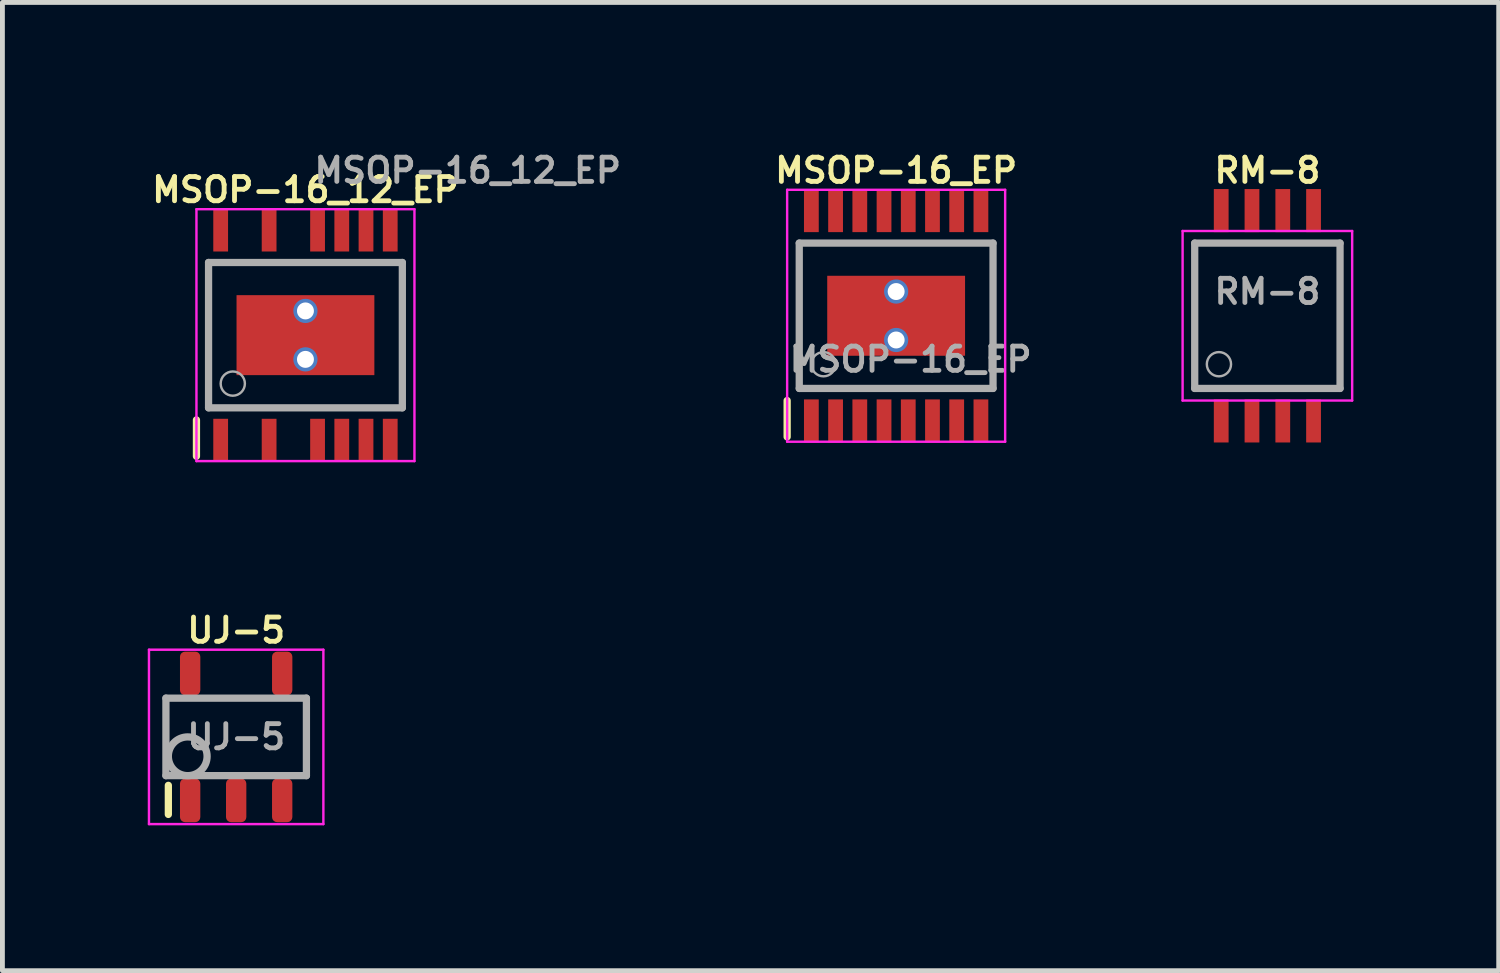
<source format=kicad_pcb>
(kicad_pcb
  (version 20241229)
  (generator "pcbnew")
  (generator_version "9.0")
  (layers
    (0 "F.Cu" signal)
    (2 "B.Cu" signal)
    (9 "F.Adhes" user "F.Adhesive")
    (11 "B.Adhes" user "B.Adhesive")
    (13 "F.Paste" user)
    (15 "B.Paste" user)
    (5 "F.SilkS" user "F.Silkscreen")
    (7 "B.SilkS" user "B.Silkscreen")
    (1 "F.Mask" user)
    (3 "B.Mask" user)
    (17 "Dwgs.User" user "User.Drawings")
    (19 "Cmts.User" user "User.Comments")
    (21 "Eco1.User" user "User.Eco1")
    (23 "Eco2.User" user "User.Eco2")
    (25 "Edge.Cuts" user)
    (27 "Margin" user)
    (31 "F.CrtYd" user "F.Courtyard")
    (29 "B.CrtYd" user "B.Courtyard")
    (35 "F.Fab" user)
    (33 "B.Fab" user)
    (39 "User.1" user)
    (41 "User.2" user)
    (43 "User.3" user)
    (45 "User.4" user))
  (footprint "MSOP-16_EP"
    (layer "F.Cu")
    (at 15.448 3.468)
    (property "Reference" "MSOP-16_EP" (at 0 -3 0) (layer "F.SilkS") (effects (font (size 0.5 0.5) (thickness 0.1))))
    (attr smd)
    (fp_line (start -2.25 1.75) (end -2.25 2.5) (stroke (width 0.15) (type solid)) (layer "F.SilkS"))
    (fp_line (start -2.25 -2.6) (end 2.25 -2.6) (stroke (width 0.05) (type solid)) (layer "F.CrtYd"))
    (fp_line (start -2.25 2.6) (end -2.25 -2.6) (stroke (width 0.05) (type solid)) (layer "F.CrtYd"))
    (fp_line (start -2.25 2.6) (end 2.25 2.6) (stroke (width 0.05) (type solid)) (layer "F.CrtYd"))
    (fp_line (start 2.25 2.6) (end 2.25 -2.6) (stroke (width 0.05) (type solid)) (layer "F.CrtYd"))
    (fp_line (start -2 -1.5) (end -2 1.5) (stroke (width 0.15) (type solid)) (layer "F.Fab"))
    (fp_line (start -2 1.5) (end 2 1.5) (stroke (width 0.15) (type solid)) (layer "F.Fab"))
    (fp_line (start 2 -1.5) (end -2 -1.5) (stroke (width 0.15) (type solid)) (layer "F.Fab"))
    (fp_line (start 2 1.5) (end 2 -1.5) (stroke (width 0.15) (type solid)) (layer "F.Fab"))
    (fp_circle (center -1.5 1) (end -1.75 1) (stroke (width 0.05) (type solid)) (fill no) (layer "F.Fab"))
    (fp_text user "${REFERENCE}" (at 0.3 0.9 0) (layer "F.Fab") (effects (font (size 0.5 0.5) (thickness 0.1))))
    (pad "" smd rect (at -0.75 0) (size 1 1) (layers "F.Paste"))
    (pad "" smd rect (at 0.75 0) (size 1 1) (layers "F.Paste"))
    (pad "1" smd rect (at -1.75 2.171) (size 0.305 0.889) (layers "F.Cu" "F.Mask" "F.Paste"))
    (pad "2" smd rect (at -1.25 2.171) (size 0.305 0.889) (layers "F.Cu" "F.Mask" "F.Paste"))
    (pad "3" smd rect (at -0.75 2.171) (size 0.305 0.889) (layers "F.Cu" "F.Mask" "F.Paste"))
    (pad "4" smd rect (at -0.25 2.171) (size 0.305 0.889) (layers "F.Cu" "F.Mask" "F.Paste"))
    (pad "5" smd rect (at 0.25 2.171) (size 0.305 0.889) (layers "F.Cu" "F.Mask" "F.Paste"))
    (pad "6" smd rect (at 0.75 2.171) (size 0.305 0.889) (layers "F.Cu" "F.Mask" "F.Paste"))
    (pad "7" smd rect (at 1.25 2.171) (size 0.305 0.889) (layers "F.Cu" "F.Mask" "F.Paste"))
    (pad "8" smd rect (at 1.75 2.171) (size 0.305 0.889) (layers "F.Cu" "F.Mask" "F.Paste"))
    (pad "9" smd rect (at 1.75 -2.171) (size 0.305 0.889) (layers "F.Cu" "F.Mask" "F.Paste"))
    (pad "10" smd rect (at 1.25 -2.171) (size 0.305 0.889) (layers "F.Cu" "F.Mask" "F.Paste"))
    (pad "11" smd rect (at 0.75 -2.171) (size 0.305 0.889) (layers "F.Cu" "F.Mask" "F.Paste"))
    (pad "12" smd rect (at 0.25 -2.171) (size 0.305 0.889) (layers "F.Cu" "F.Mask" "F.Paste"))
    (pad "13" smd rect (at -0.25 -2.171) (size 0.305 0.889) (layers "F.Cu" "F.Mask" "F.Paste"))
    (pad "14" smd rect (at -0.75 -2.171) (size 0.305 0.889) (layers "F.Cu" "F.Mask" "F.Paste"))
    (pad "15" smd rect (at -1.25 -2.171) (size 0.305 0.889) (layers "F.Cu" "F.Mask" "F.Paste"))
    (pad "16" smd rect (at -1.75 -2.171) (size 0.305 0.889) (layers "F.Cu" "F.Mask" "F.Paste"))
    (pad "17" thru_hole circle (at 0 -0.5) (size 0.5 0.5) (drill 0.35) (layers "*.Cu"))
    (pad "17" smd rect (at 0 0) (size 2.845 1.651) (layers "F.Cu" "F.Mask"))
    (pad "17" thru_hole circle (at 0 0.5) (size 0.5 0.5) (drill 0.35) (layers "*.Cu")))
  (footprint "UJ-5"
    (layer "F.Cu")
    (at 1.825 12.161)
    (property "Reference" "UJ-5" (at 0 -2.2 0) (layer "F.SilkS") (effects (font (size 0.5 0.5) (thickness 0.1))))
    (attr smd)
    (fp_line (start -1.4 1) (end -1.4 1.6) (stroke (width 0.15) (type solid)) (layer "F.SilkS"))
    (fp_line (start -1.8 -1.8) (end 1.8 -1.8) (stroke (width 0.05) (type solid)) (layer "F.CrtYd"))
    (fp_line (start -1.8 1.8) (end -1.8 -1.8) (stroke (width 0.05) (type solid)) (layer "F.CrtYd"))
    (fp_line (start -1.8 1.8) (end 1.8 1.8) (stroke (width 0.05) (type solid)) (layer "F.CrtYd"))
    (fp_line (start 1.8 1.8) (end 1.8 -1.8) (stroke (width 0.05) (type solid)) (layer "F.CrtYd"))
    (fp_line (start -1.45 -0.8) (end -1.45 0.8) (stroke (width 0.15) (type solid)) (layer "F.Fab"))
    (fp_line (start -1.45 0.8) (end 1.45 0.8) (stroke (width 0.15) (type solid)) (layer "F.Fab"))
    (fp_line (start 1.45 -0.8) (end -1.45 -0.8) (stroke (width 0.15) (type solid)) (layer "F.Fab"))
    (fp_line (start 1.45 0.8) (end 1.45 -0.8) (stroke (width 0.15) (type solid)) (layer "F.Fab"))
    (fp_circle (center -1 0.4) (end -1 0.8) (stroke (width 0.15) (type solid)) (fill no) (layer "F.Fab"))
    (fp_text user "${REFERENCE}" (at 0 0 0) (layer "F.Fab") (effects (font (size 0.5 0.5) (thickness 0.1))))
    (pad "1" smd roundrect (at -0.95 1.31) (size 0.42 0.9) (layers "F.Cu" "F.Mask" "F.Paste") (roundrect_rratio 0.25))
    (pad "2" smd roundrect (at 0 1.31) (size 0.42 0.9) (layers "F.Cu" "F.Mask" "F.Paste") (roundrect_rratio 0.25))
    (pad "3" smd roundrect (at 0.95 1.31) (size 0.42 0.9) (layers "F.Cu" "F.Mask" "F.Paste") (roundrect_rratio 0.25))
    (pad "4" smd roundrect (at 0.95 -1.31) (size 0.42 0.9) (layers "F.Cu" "F.Mask" "F.Paste") (roundrect_rratio 0.25))
    (pad "5" smd roundrect (at -0.95 -1.31) (size 0.42 0.9) (layers "F.Cu" "F.Mask" "F.Paste") (roundrect_rratio 0.25)))
  (footprint "RM-8"
    (layer "F.Cu")
    (at 23.111 3.468)
    (property "Reference" "RM-8" (at 0 -3 0) (layer "F.SilkS") (effects (font (size 0.5 0.5) (thickness 0.1))))
    (attr smd)
    (fp_line (start -1.75 -1.75) (end 1.75 -1.75) (stroke (width 0.05) (type solid)) (layer "F.CrtYd"))
    (fp_line (start -1.75 1.75) (end -1.75 -1.75) (stroke (width 0.05) (type solid)) (layer "F.CrtYd"))
    (fp_line (start -1.75 1.75) (end 1.75 1.75) (stroke (width 0.05) (type solid)) (layer "F.CrtYd"))
    (fp_line (start 1.75 1.75) (end 1.75 -1.75) (stroke (width 0.05) (type solid)) (layer "F.CrtYd"))
    (fp_line (start -1.5 -1.5) (end -1.5 1.5) (stroke (width 0.15) (type solid)) (layer "F.Fab"))
    (fp_line (start -1.5 1.5) (end 1.5 1.5) (stroke (width 0.15) (type solid)) (layer "F.Fab"))
    (fp_line (start 1.5 -1.5) (end -1.5 -1.5) (stroke (width 0.15) (type solid)) (layer "F.Fab"))
    (fp_line (start 1.5 1.5) (end 1.5 -1.5) (stroke (width 0.15) (type solid)) (layer "F.Fab"))
    (fp_circle (center -1 1) (end -1.25 1) (stroke (width 0.05) (type solid)) (fill no) (layer "F.Fab"))
    (fp_text user "${REFERENCE}" (at 0 -0.5 0) (layer "F.Fab") (effects (font (size 0.5 0.5) (thickness 0.1))))
    (pad "1" smd rect (at -0.953 2.171) (size 0.305 0.889) (layers "F.Cu" "F.Mask" "F.Paste"))
    (pad "2" smd rect (at -0.318 2.171) (size 0.305 0.889) (layers "F.Cu" "F.Mask" "F.Paste"))
    (pad "3" smd rect (at 0.318 2.171) (size 0.305 0.889) (layers "F.Cu" "F.Mask" "F.Paste"))
    (pad "4" smd rect (at 0.953 2.171) (size 0.305 0.889) (layers "F.Cu" "F.Mask" "F.Paste"))
    (pad "5" smd rect (at 0.953 -2.171) (size 0.305 0.889) (layers "F.Cu" "F.Mask" "F.Paste"))
    (pad "6" smd rect (at 0.318 -2.171) (size 0.305 0.889) (layers "F.Cu" "F.Mask" "F.Paste"))
    (pad "7" smd rect (at -0.318 -2.171) (size 0.305 0.889) (layers "F.Cu" "F.Mask" "F.Paste"))
    (pad "8" smd rect (at -0.953 -2.171) (size 0.305 0.889) (layers "F.Cu" "F.Mask" "F.Paste")))
  (footprint "MSOP-16_12_EP"
    (layer "F.Cu")
    (at 3.255 3.868)
    (property "Reference" "MSOP-16_12_EP" (at 0 -3 0) (layer "F.SilkS") (effects (font (size 0.5 0.5) (thickness 0.1))))
    (attr smd)
    (fp_line (start -2.25 1.75) (end -2.25 2.5) (stroke (width 0.15) (type solid)) (layer "F.SilkS"))
    (fp_line (start -2.25 -2.6) (end 2.25 -2.6) (stroke (width 0.05) (type solid)) (layer "F.CrtYd"))
    (fp_line (start -2.25 2.6) (end -2.25 -2.6) (stroke (width 0.05) (type solid)) (layer "F.CrtYd"))
    (fp_line (start -2.25 2.6) (end 2.25 2.6) (stroke (width 0.05) (type solid)) (layer "F.CrtYd"))
    (fp_line (start 2.25 2.6) (end 2.25 -2.6) (stroke (width 0.05) (type solid)) (layer "F.CrtYd"))
    (fp_line (start -2 -1.5) (end -2 1.5) (stroke (width 0.15) (type solid)) (layer "F.Fab"))
    (fp_line (start -2 1.5) (end 2 1.5) (stroke (width 0.15) (type solid)) (layer "F.Fab"))
    (fp_line (start 2 -1.5) (end -2 -1.5) (stroke (width 0.15) (type solid)) (layer "F.Fab"))
    (fp_line (start 2 1.5) (end 2 -1.5) (stroke (width 0.15) (type solid)) (layer "F.Fab"))
    (fp_circle (center -1.5 1) (end -1.75 1) (stroke (width 0.05) (type solid)) (fill no) (layer "F.Fab"))
    (fp_text user "${REFERENCE}" (at 3.35 -3.4 0) (layer "F.Fab") (effects (font (size 0.5 0.5) (thickness 0.1))))
    (pad "" smd rect (at -0.75 0) (size 1 1) (layers "F.Paste"))
    (pad "" smd rect (at 0.75 0) (size 1 1) (layers "F.Paste"))
    (pad "1" smd rect (at -1.75 2.171) (size 0.305 0.889) (layers "F.Cu" "F.Mask" "F.Paste"))
    (pad "3" smd rect (at -0.75 2.171) (size 0.305 0.889) (layers "F.Cu" "F.Mask" "F.Paste"))
    (pad "5" smd rect (at 0.25 2.171) (size 0.305 0.889) (layers "F.Cu" "F.Mask" "F.Paste"))
    (pad "6" smd rect (at 0.75 2.171) (size 0.305 0.889) (layers "F.Cu" "F.Mask" "F.Paste"))
    (pad "7" smd rect (at 1.25 2.171) (size 0.305 0.889) (layers "F.Cu" "F.Mask" "F.Paste"))
    (pad "8" smd rect (at 1.75 2.171) (size 0.305 0.889) (layers "F.Cu" "F.Mask" "F.Paste"))
    (pad "9" smd rect (at 1.75 -2.171) (size 0.305 0.889) (layers "F.Cu" "F.Mask" "F.Paste"))
    (pad "10" smd rect (at 1.25 -2.171) (size 0.305 0.889) (layers "F.Cu" "F.Mask" "F.Paste"))
    (pad "11" smd rect (at 0.75 -2.171) (size 0.305 0.889) (layers "F.Cu" "F.Mask" "F.Paste"))
    (pad "12" smd rect (at 0.25 -2.171) (size 0.305 0.889) (layers "F.Cu" "F.Mask" "F.Paste"))
    (pad "14" smd rect (at -0.75 -2.171) (size 0.305 0.889) (layers "F.Cu" "F.Mask" "F.Paste"))
    (pad "16" smd rect (at -1.75 -2.171) (size 0.305 0.889) (layers "F.Cu" "F.Mask" "F.Paste"))
    (pad "17" thru_hole circle (at 0 -0.5) (size 0.5 0.5) (drill 0.35) (layers "*.Cu"))
    (pad "17" smd rect (at 0 0) (size 2.845 1.651) (layers "F.Cu" "F.Mask"))
    (pad "17" thru_hole circle (at 0 0.5) (size 0.5 0.5) (drill 0.35) (layers "*.Cu")))
  (gr_rect
    (start -3 -3)
    (end 27.886 16.986)
    (stroke (width 0.1) (type default))
    (fill no)
    (layer "Edge.Cuts")))
</source>
